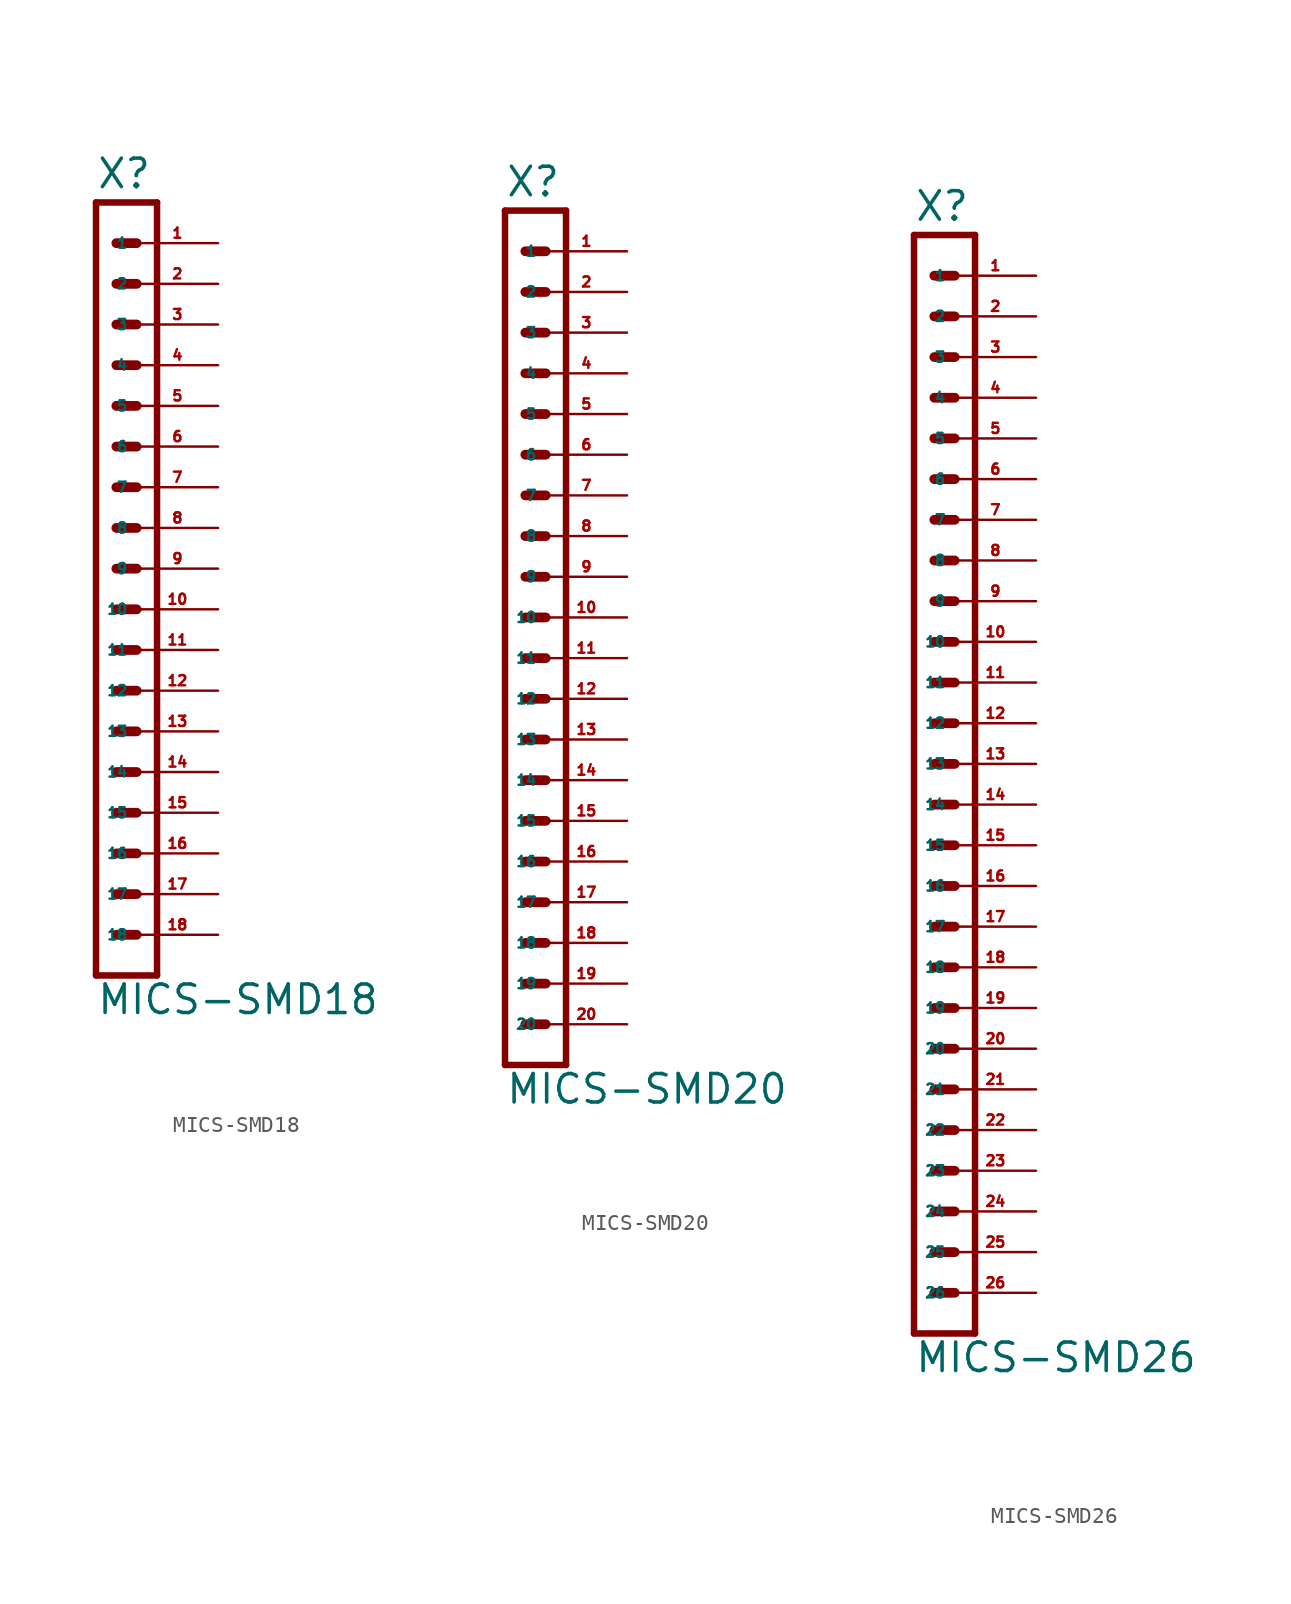
<source format=kicad_sym>
(kicad_symbol_lib
  (version 20220914)
  (generator Eagle2Kicad)
  (symbol "MICS-SMD18"
    (property "Reference" "X"
      (at -2.54 23.622 0)
      (effects (font (size 1.778 1.778) (thickness 0.22)) (justify left bottom)))
    (property "Value" "MICS-SMD18"
      (at -2.54 -27.94 0)
      (effects (font (size 1.778 1.778) (thickness 0.22)) (justify left bottom)))
    (polyline
      (pts (xy 1.27 -25.4) (xy -2.54 -25.4))
      (stroke (width 0.406) (type default))
      (fill (type none)))
    (polyline
      (pts (xy -1.27 17.78) (xy 0 17.78))
      (stroke (width 0.61) (type default))
      (fill (type none)))
    (polyline
      (pts (xy -1.27 15.24) (xy 0 15.24))
      (stroke (width 0.61) (type default))
      (fill (type none)))
    (polyline
      (pts (xy -1.27 12.7) (xy 0 12.7))
      (stroke (width 0.61) (type default))
      (fill (type none)))
    (polyline
      (pts (xy -2.54 22.86) (xy -2.54 -25.4))
      (stroke (width 0.406) (type default))
      (fill (type none)))
    (polyline
      (pts (xy 1.27 -25.4) (xy 1.27 22.86))
      (stroke (width 0.406) (type default))
      (fill (type none)))
    (polyline
      (pts (xy -2.54 22.86) (xy 1.27 22.86))
      (stroke (width 0.406) (type default))
      (fill (type none)))
    (polyline
      (pts (xy -1.27 20.32) (xy 0 20.32))
      (stroke (width 0.61) (type default))
      (fill (type none)))
    (polyline
      (pts (xy -1.27 10.16) (xy 0 10.16))
      (stroke (width 0.61) (type default))
      (fill (type none)))
    (polyline
      (pts (xy -1.27 7.62) (xy 0 7.62))
      (stroke (width 0.61) (type default))
      (fill (type none)))
    (polyline
      (pts (xy -1.27 5.08) (xy 0 5.08))
      (stroke (width 0.61) (type default))
      (fill (type none)))
    (polyline
      (pts (xy -1.27 2.54) (xy 0 2.54))
      (stroke (width 0.61) (type default))
      (fill (type none)))
    (polyline
      (pts (xy -1.27 0) (xy 0 0))
      (stroke (width 0.61) (type default))
      (fill (type none)))
    (polyline
      (pts (xy -1.27 -2.54) (xy 0 -2.54))
      (stroke (width 0.61) (type default))
      (fill (type none)))
    (polyline
      (pts (xy -1.27 -5.08) (xy 0 -5.08))
      (stroke (width 0.61) (type default))
      (fill (type none)))
    (polyline
      (pts (xy -1.27 -7.62) (xy 0 -7.62))
      (stroke (width 0.61) (type default))
      (fill (type none)))
    (polyline
      (pts (xy -1.27 -10.16) (xy 0 -10.16))
      (stroke (width 0.61) (type default))
      (fill (type none)))
    (polyline
      (pts (xy -1.27 -12.7) (xy 0 -12.7))
      (stroke (width 0.61) (type default))
      (fill (type none)))
    (polyline
      (pts (xy -1.27 -15.24) (xy 0 -15.24))
      (stroke (width 0.61) (type default))
      (fill (type none)))
    (polyline
      (pts (xy -1.27 -17.78) (xy 0 -17.78))
      (stroke (width 0.61) (type default))
      (fill (type none)))
    (polyline
      (pts (xy -1.27 -20.32) (xy 0 -20.32))
      (stroke (width 0.61) (type default))
      (fill (type none)))
    (polyline
      (pts (xy -1.27 -22.86) (xy 0 -22.86))
      (stroke (width 0.61) (type default))
      (fill (type none)))
    (pin passive line
      (at 5.08 20.32 180)
      (length 5.08)
      (name "1" (effects (font (size 0.635 0.635) (thickness 0.08)) (justify left bottom)))
      (number "1" (effects (font (size 0.635 0.635) (thickness 0.08)) (justify left bottom))))
    (pin passive line
      (at 5.08 17.78 180)
      (length 5.08)
      (name "2" (effects (font (size 0.635 0.635) (thickness 0.08)) (justify left bottom)))
      (number "2" (effects (font (size 0.635 0.635) (thickness 0.08)) (justify left bottom))))
    (pin passive line
      (at 5.08 15.24 180)
      (length 5.08)
      (name "3" (effects (font (size 0.635 0.635) (thickness 0.08)) (justify left bottom)))
      (number "3" (effects (font (size 0.635 0.635) (thickness 0.08)) (justify left bottom))))
    (pin passive line
      (at 5.08 12.7 180)
      (length 5.08)
      (name "4" (effects (font (size 0.635 0.635) (thickness 0.08)) (justify left bottom)))
      (number "4" (effects (font (size 0.635 0.635) (thickness 0.08)) (justify left bottom))))
    (pin passive line
      (at 5.08 10.16 180)
      (length 5.08)
      (name "5" (effects (font (size 0.635 0.635) (thickness 0.08)) (justify left bottom)))
      (number "5" (effects (font (size 0.635 0.635) (thickness 0.08)) (justify left bottom))))
    (pin passive line
      (at 5.08 7.62 180)
      (length 5.08)
      (name "6" (effects (font (size 0.635 0.635) (thickness 0.08)) (justify left bottom)))
      (number "6" (effects (font (size 0.635 0.635) (thickness 0.08)) (justify left bottom))))
    (pin passive line
      (at 5.08 5.08 180)
      (length 5.08)
      (name "7" (effects (font (size 0.635 0.635) (thickness 0.08)) (justify left bottom)))
      (number "7" (effects (font (size 0.635 0.635) (thickness 0.08)) (justify left bottom))))
    (pin passive line
      (at 5.08 2.54 180)
      (length 5.08)
      (name "8" (effects (font (size 0.635 0.635) (thickness 0.08)) (justify left bottom)))
      (number "8" (effects (font (size 0.635 0.635) (thickness 0.08)) (justify left bottom))))
    (pin passive line
      (at 5.08 0 180)
      (length 5.08)
      (name "9" (effects (font (size 0.635 0.635) (thickness 0.08)) (justify left bottom)))
      (number "9" (effects (font (size 0.635 0.635) (thickness 0.08)) (justify left bottom))))
    (pin passive line
      (at 5.08 -2.54 180)
      (length 5.08)
      (name "10" (effects (font (size 0.635 0.635) (thickness 0.08)) (justify left bottom)))
      (number "10" (effects (font (size 0.635 0.635) (thickness 0.08)) (justify left bottom))))
    (pin passive line
      (at 5.08 -5.08 180)
      (length 5.08)
      (name "11" (effects (font (size 0.635 0.635) (thickness 0.08)) (justify left bottom)))
      (number "11" (effects (font (size 0.635 0.635) (thickness 0.08)) (justify left bottom))))
    (pin passive line
      (at 5.08 -7.62 180)
      (length 5.08)
      (name "12" (effects (font (size 0.635 0.635) (thickness 0.08)) (justify left bottom)))
      (number "12" (effects (font (size 0.635 0.635) (thickness 0.08)) (justify left bottom))))
    (pin passive line
      (at 5.08 -10.16 180)
      (length 5.08)
      (name "13" (effects (font (size 0.635 0.635) (thickness 0.08)) (justify left bottom)))
      (number "13" (effects (font (size 0.635 0.635) (thickness 0.08)) (justify left bottom))))
    (pin passive line
      (at 5.08 -12.7 180)
      (length 5.08)
      (name "14" (effects (font (size 0.635 0.635) (thickness 0.08)) (justify left bottom)))
      (number "14" (effects (font (size 0.635 0.635) (thickness 0.08)) (justify left bottom))))
    (pin passive line
      (at 5.08 -15.24 180)
      (length 5.08)
      (name "15" (effects (font (size 0.635 0.635) (thickness 0.08)) (justify left bottom)))
      (number "15" (effects (font (size 0.635 0.635) (thickness 0.08)) (justify left bottom))))
    (pin passive line
      (at 5.08 -17.78 180)
      (length 5.08)
      (name "16" (effects (font (size 0.635 0.635) (thickness 0.08)) (justify left bottom)))
      (number "16" (effects (font (size 0.635 0.635) (thickness 0.08)) (justify left bottom))))
    (pin passive line
      (at 5.08 -20.32 180)
      (length 5.08)
      (name "17" (effects (font (size 0.635 0.635) (thickness 0.08)) (justify left bottom)))
      (number "17" (effects (font (size 0.635 0.635) (thickness 0.08)) (justify left bottom))))
    (pin passive line
      (at 5.08 -22.86 180)
      (length 5.08)
      (name "18" (effects (font (size 0.635 0.635) (thickness 0.08)) (justify left bottom)))
      (number "18" (effects (font (size 0.635 0.635) (thickness 0.08)) (justify left bottom)))))
  (symbol "MICS-SMD20"
    (property "Reference" "X"
      (at -2.54 26.162 0)
      (effects (font (size 1.778 1.778) (thickness 0.22)) (justify left bottom)))
    (property "Value" "MICS-SMD20"
      (at -2.54 -30.48 0)
      (effects (font (size 1.778 1.778) (thickness 0.22)) (justify left bottom)))
    (polyline
      (pts (xy 1.27 -27.94) (xy -2.54 -27.94))
      (stroke (width 0.406) (type default))
      (fill (type none)))
    (polyline
      (pts (xy -1.27 20.32) (xy 0 20.32))
      (stroke (width 0.61) (type default))
      (fill (type none)))
    (polyline
      (pts (xy -1.27 17.78) (xy 0 17.78))
      (stroke (width 0.61) (type default))
      (fill (type none)))
    (polyline
      (pts (xy -1.27 15.24) (xy 0 15.24))
      (stroke (width 0.61) (type default))
      (fill (type none)))
    (polyline
      (pts (xy -2.54 25.4) (xy -2.54 -27.94))
      (stroke (width 0.406) (type default))
      (fill (type none)))
    (polyline
      (pts (xy 1.27 -27.94) (xy 1.27 25.4))
      (stroke (width 0.406) (type default))
      (fill (type none)))
    (polyline
      (pts (xy -2.54 25.4) (xy 1.27 25.4))
      (stroke (width 0.406) (type default))
      (fill (type none)))
    (polyline
      (pts (xy -1.27 22.86) (xy 0 22.86))
      (stroke (width 0.61) (type default))
      (fill (type none)))
    (polyline
      (pts (xy -1.27 12.7) (xy 0 12.7))
      (stroke (width 0.61) (type default))
      (fill (type none)))
    (polyline
      (pts (xy -1.27 10.16) (xy 0 10.16))
      (stroke (width 0.61) (type default))
      (fill (type none)))
    (polyline
      (pts (xy -1.27 7.62) (xy 0 7.62))
      (stroke (width 0.61) (type default))
      (fill (type none)))
    (polyline
      (pts (xy -1.27 5.08) (xy 0 5.08))
      (stroke (width 0.61) (type default))
      (fill (type none)))
    (polyline
      (pts (xy -1.27 2.54) (xy 0 2.54))
      (stroke (width 0.61) (type default))
      (fill (type none)))
    (polyline
      (pts (xy -1.27 0) (xy 0 0))
      (stroke (width 0.61) (type default))
      (fill (type none)))
    (polyline
      (pts (xy -1.27 -2.54) (xy 0 -2.54))
      (stroke (width 0.61) (type default))
      (fill (type none)))
    (polyline
      (pts (xy -1.27 -5.08) (xy 0 -5.08))
      (stroke (width 0.61) (type default))
      (fill (type none)))
    (polyline
      (pts (xy -1.27 -7.62) (xy 0 -7.62))
      (stroke (width 0.61) (type default))
      (fill (type none)))
    (polyline
      (pts (xy -1.27 -10.16) (xy 0 -10.16))
      (stroke (width 0.61) (type default))
      (fill (type none)))
    (polyline
      (pts (xy -1.27 -12.7) (xy 0 -12.7))
      (stroke (width 0.61) (type default))
      (fill (type none)))
    (polyline
      (pts (xy -1.27 -15.24) (xy 0 -15.24))
      (stroke (width 0.61) (type default))
      (fill (type none)))
    (polyline
      (pts (xy -1.27 -17.78) (xy 0 -17.78))
      (stroke (width 0.61) (type default))
      (fill (type none)))
    (polyline
      (pts (xy -1.27 -20.32) (xy 0 -20.32))
      (stroke (width 0.61) (type default))
      (fill (type none)))
    (polyline
      (pts (xy -1.27 -22.86) (xy 0 -22.86))
      (stroke (width 0.61) (type default))
      (fill (type none)))
    (polyline
      (pts (xy -1.27 -25.4) (xy 0 -25.4))
      (stroke (width 0.61) (type default))
      (fill (type none)))
    (pin passive line
      (at 5.08 22.86 180)
      (length 5.08)
      (name "1" (effects (font (size 0.635 0.635) (thickness 0.08)) (justify left bottom)))
      (number "1" (effects (font (size 0.635 0.635) (thickness 0.08)) (justify left bottom))))
    (pin passive line
      (at 5.08 20.32 180)
      (length 5.08)
      (name "2" (effects (font (size 0.635 0.635) (thickness 0.08)) (justify left bottom)))
      (number "2" (effects (font (size 0.635 0.635) (thickness 0.08)) (justify left bottom))))
    (pin passive line
      (at 5.08 17.78 180)
      (length 5.08)
      (name "3" (effects (font (size 0.635 0.635) (thickness 0.08)) (justify left bottom)))
      (number "3" (effects (font (size 0.635 0.635) (thickness 0.08)) (justify left bottom))))
    (pin passive line
      (at 5.08 15.24 180)
      (length 5.08)
      (name "4" (effects (font (size 0.635 0.635) (thickness 0.08)) (justify left bottom)))
      (number "4" (effects (font (size 0.635 0.635) (thickness 0.08)) (justify left bottom))))
    (pin passive line
      (at 5.08 12.7 180)
      (length 5.08)
      (name "5" (effects (font (size 0.635 0.635) (thickness 0.08)) (justify left bottom)))
      (number "5" (effects (font (size 0.635 0.635) (thickness 0.08)) (justify left bottom))))
    (pin passive line
      (at 5.08 10.16 180)
      (length 5.08)
      (name "6" (effects (font (size 0.635 0.635) (thickness 0.08)) (justify left bottom)))
      (number "6" (effects (font (size 0.635 0.635) (thickness 0.08)) (justify left bottom))))
    (pin passive line
      (at 5.08 7.62 180)
      (length 5.08)
      (name "7" (effects (font (size 0.635 0.635) (thickness 0.08)) (justify left bottom)))
      (number "7" (effects (font (size 0.635 0.635) (thickness 0.08)) (justify left bottom))))
    (pin passive line
      (at 5.08 5.08 180)
      (length 5.08)
      (name "8" (effects (font (size 0.635 0.635) (thickness 0.08)) (justify left bottom)))
      (number "8" (effects (font (size 0.635 0.635) (thickness 0.08)) (justify left bottom))))
    (pin passive line
      (at 5.08 2.54 180)
      (length 5.08)
      (name "9" (effects (font (size 0.635 0.635) (thickness 0.08)) (justify left bottom)))
      (number "9" (effects (font (size 0.635 0.635) (thickness 0.08)) (justify left bottom))))
    (pin passive line
      (at 5.08 0 180)
      (length 5.08)
      (name "10" (effects (font (size 0.635 0.635) (thickness 0.08)) (justify left bottom)))
      (number "10" (effects (font (size 0.635 0.635) (thickness 0.08)) (justify left bottom))))
    (pin passive line
      (at 5.08 -2.54 180)
      (length 5.08)
      (name "11" (effects (font (size 0.635 0.635) (thickness 0.08)) (justify left bottom)))
      (number "11" (effects (font (size 0.635 0.635) (thickness 0.08)) (justify left bottom))))
    (pin passive line
      (at 5.08 -5.08 180)
      (length 5.08)
      (name "12" (effects (font (size 0.635 0.635) (thickness 0.08)) (justify left bottom)))
      (number "12" (effects (font (size 0.635 0.635) (thickness 0.08)) (justify left bottom))))
    (pin passive line
      (at 5.08 -7.62 180)
      (length 5.08)
      (name "13" (effects (font (size 0.635 0.635) (thickness 0.08)) (justify left bottom)))
      (number "13" (effects (font (size 0.635 0.635) (thickness 0.08)) (justify left bottom))))
    (pin passive line
      (at 5.08 -10.16 180)
      (length 5.08)
      (name "14" (effects (font (size 0.635 0.635) (thickness 0.08)) (justify left bottom)))
      (number "14" (effects (font (size 0.635 0.635) (thickness 0.08)) (justify left bottom))))
    (pin passive line
      (at 5.08 -12.7 180)
      (length 5.08)
      (name "15" (effects (font (size 0.635 0.635) (thickness 0.08)) (justify left bottom)))
      (number "15" (effects (font (size 0.635 0.635) (thickness 0.08)) (justify left bottom))))
    (pin passive line
      (at 5.08 -15.24 180)
      (length 5.08)
      (name "16" (effects (font (size 0.635 0.635) (thickness 0.08)) (justify left bottom)))
      (number "16" (effects (font (size 0.635 0.635) (thickness 0.08)) (justify left bottom))))
    (pin passive line
      (at 5.08 -17.78 180)
      (length 5.08)
      (name "17" (effects (font (size 0.635 0.635) (thickness 0.08)) (justify left bottom)))
      (number "17" (effects (font (size 0.635 0.635) (thickness 0.08)) (justify left bottom))))
    (pin passive line
      (at 5.08 -20.32 180)
      (length 5.08)
      (name "18" (effects (font (size 0.635 0.635) (thickness 0.08)) (justify left bottom)))
      (number "18" (effects (font (size 0.635 0.635) (thickness 0.08)) (justify left bottom))))
    (pin passive line
      (at 5.08 -22.86 180)
      (length 5.08)
      (name "19" (effects (font (size 0.635 0.635) (thickness 0.08)) (justify left bottom)))
      (number "19" (effects (font (size 0.635 0.635) (thickness 0.08)) (justify left bottom))))
    (pin passive line
      (at 5.08 -25.4 180)
      (length 5.08)
      (name "20" (effects (font (size 0.635 0.635) (thickness 0.08)) (justify left bottom)))
      (number "20" (effects (font (size 0.635 0.635) (thickness 0.08)) (justify left bottom)))))
  (symbol "MICS-SMD26"
    (property "Reference" "X"
      (at -2.54 33.782 0)
      (effects (font (size 1.778 1.778) (thickness 0.22)) (justify left bottom)))
    (property "Value" "MICS-SMD26"
      (at -2.54 -38.1 0)
      (effects (font (size 1.778 1.778) (thickness 0.22)) (justify left bottom)))
    (polyline
      (pts (xy 1.27 -35.56) (xy -2.54 -35.56))
      (stroke (width 0.406) (type default))
      (fill (type none)))
    (polyline
      (pts (xy -1.27 27.94) (xy 0 27.94))
      (stroke (width 0.61) (type default))
      (fill (type none)))
    (polyline
      (pts (xy -1.27 25.4) (xy 0 25.4))
      (stroke (width 0.61) (type default))
      (fill (type none)))
    (polyline
      (pts (xy -1.27 22.86) (xy 0 22.86))
      (stroke (width 0.61) (type default))
      (fill (type none)))
    (polyline
      (pts (xy -2.54 33.02) (xy -2.54 -35.56))
      (stroke (width 0.406) (type default))
      (fill (type none)))
    (polyline
      (pts (xy 1.27 -35.56) (xy 1.27 33.02))
      (stroke (width 0.406) (type default))
      (fill (type none)))
    (polyline
      (pts (xy -2.54 33.02) (xy 1.27 33.02))
      (stroke (width 0.406) (type default))
      (fill (type none)))
    (polyline
      (pts (xy -1.27 30.48) (xy 0 30.48))
      (stroke (width 0.61) (type default))
      (fill (type none)))
    (polyline
      (pts (xy -1.27 20.32) (xy 0 20.32))
      (stroke (width 0.61) (type default))
      (fill (type none)))
    (polyline
      (pts (xy -1.27 17.78) (xy 0 17.78))
      (stroke (width 0.61) (type default))
      (fill (type none)))
    (polyline
      (pts (xy -1.27 15.24) (xy 0 15.24))
      (stroke (width 0.61) (type default))
      (fill (type none)))
    (polyline
      (pts (xy -1.27 12.7) (xy 0 12.7))
      (stroke (width 0.61) (type default))
      (fill (type none)))
    (polyline
      (pts (xy -1.27 10.16) (xy 0 10.16))
      (stroke (width 0.61) (type default))
      (fill (type none)))
    (polyline
      (pts (xy -1.27 7.62) (xy 0 7.62))
      (stroke (width 0.61) (type default))
      (fill (type none)))
    (polyline
      (pts (xy -1.27 5.08) (xy 0 5.08))
      (stroke (width 0.61) (type default))
      (fill (type none)))
    (polyline
      (pts (xy -1.27 2.54) (xy 0 2.54))
      (stroke (width 0.61) (type default))
      (fill (type none)))
    (polyline
      (pts (xy -1.27 0) (xy 0 0))
      (stroke (width 0.61) (type default))
      (fill (type none)))
    (polyline
      (pts (xy -1.27 -2.54) (xy 0 -2.54))
      (stroke (width 0.61) (type default))
      (fill (type none)))
    (polyline
      (pts (xy -1.27 -5.08) (xy 0 -5.08))
      (stroke (width 0.61) (type default))
      (fill (type none)))
    (polyline
      (pts (xy -1.27 -7.62) (xy 0 -7.62))
      (stroke (width 0.61) (type default))
      (fill (type none)))
    (polyline
      (pts (xy -1.27 -10.16) (xy 0 -10.16))
      (stroke (width 0.61) (type default))
      (fill (type none)))
    (polyline
      (pts (xy -1.27 -12.7) (xy 0 -12.7))
      (stroke (width 0.61) (type default))
      (fill (type none)))
    (polyline
      (pts (xy -1.27 -15.24) (xy 0 -15.24))
      (stroke (width 0.61) (type default))
      (fill (type none)))
    (polyline
      (pts (xy -1.27 -17.78) (xy 0 -17.78))
      (stroke (width 0.61) (type default))
      (fill (type none)))
    (polyline
      (pts (xy -1.27 -20.32) (xy 0 -20.32))
      (stroke (width 0.61) (type default))
      (fill (type none)))
    (polyline
      (pts (xy -1.27 -22.86) (xy 0 -22.86))
      (stroke (width 0.61) (type default))
      (fill (type none)))
    (polyline
      (pts (xy -1.27 -25.4) (xy 0 -25.4))
      (stroke (width 0.61) (type default))
      (fill (type none)))
    (polyline
      (pts (xy -1.27 -27.94) (xy 0 -27.94))
      (stroke (width 0.61) (type default))
      (fill (type none)))
    (polyline
      (pts (xy -1.27 -30.48) (xy 0 -30.48))
      (stroke (width 0.61) (type default))
      (fill (type none)))
    (polyline
      (pts (xy -1.27 -33.02) (xy 0 -33.02))
      (stroke (width 0.61) (type default))
      (fill (type none)))
    (pin passive line
      (at 5.08 30.48 180)
      (length 5.08)
      (name "1" (effects (font (size 0.635 0.635) (thickness 0.08)) (justify left bottom)))
      (number "1" (effects (font (size 0.635 0.635) (thickness 0.08)) (justify left bottom))))
    (pin passive line
      (at 5.08 27.94 180)
      (length 5.08)
      (name "2" (effects (font (size 0.635 0.635) (thickness 0.08)) (justify left bottom)))
      (number "2" (effects (font (size 0.635 0.635) (thickness 0.08)) (justify left bottom))))
    (pin passive line
      (at 5.08 25.4 180)
      (length 5.08)
      (name "3" (effects (font (size 0.635 0.635) (thickness 0.08)) (justify left bottom)))
      (number "3" (effects (font (size 0.635 0.635) (thickness 0.08)) (justify left bottom))))
    (pin passive line
      (at 5.08 22.86 180)
      (length 5.08)
      (name "4" (effects (font (size 0.635 0.635) (thickness 0.08)) (justify left bottom)))
      (number "4" (effects (font (size 0.635 0.635) (thickness 0.08)) (justify left bottom))))
    (pin passive line
      (at 5.08 20.32 180)
      (length 5.08)
      (name "5" (effects (font (size 0.635 0.635) (thickness 0.08)) (justify left bottom)))
      (number "5" (effects (font (size 0.635 0.635) (thickness 0.08)) (justify left bottom))))
    (pin passive line
      (at 5.08 17.78 180)
      (length 5.08)
      (name "6" (effects (font (size 0.635 0.635) (thickness 0.08)) (justify left bottom)))
      (number "6" (effects (font (size 0.635 0.635) (thickness 0.08)) (justify left bottom))))
    (pin passive line
      (at 5.08 15.24 180)
      (length 5.08)
      (name "7" (effects (font (size 0.635 0.635) (thickness 0.08)) (justify left bottom)))
      (number "7" (effects (font (size 0.635 0.635) (thickness 0.08)) (justify left bottom))))
    (pin passive line
      (at 5.08 12.7 180)
      (length 5.08)
      (name "8" (effects (font (size 0.635 0.635) (thickness 0.08)) (justify left bottom)))
      (number "8" (effects (font (size 0.635 0.635) (thickness 0.08)) (justify left bottom))))
    (pin passive line
      (at 5.08 10.16 180)
      (length 5.08)
      (name "9" (effects (font (size 0.635 0.635) (thickness 0.08)) (justify left bottom)))
      (number "9" (effects (font (size 0.635 0.635) (thickness 0.08)) (justify left bottom))))
    (pin passive line
      (at 5.08 7.62 180)
      (length 5.08)
      (name "10" (effects (font (size 0.635 0.635) (thickness 0.08)) (justify left bottom)))
      (number "10" (effects (font (size 0.635 0.635) (thickness 0.08)) (justify left bottom))))
    (pin passive line
      (at 5.08 5.08 180)
      (length 5.08)
      (name "11" (effects (font (size 0.635 0.635) (thickness 0.08)) (justify left bottom)))
      (number "11" (effects (font (size 0.635 0.635) (thickness 0.08)) (justify left bottom))))
    (pin passive line
      (at 5.08 2.54 180)
      (length 5.08)
      (name "12" (effects (font (size 0.635 0.635) (thickness 0.08)) (justify left bottom)))
      (number "12" (effects (font (size 0.635 0.635) (thickness 0.08)) (justify left bottom))))
    (pin passive line
      (at 5.08 0 180)
      (length 5.08)
      (name "13" (effects (font (size 0.635 0.635) (thickness 0.08)) (justify left bottom)))
      (number "13" (effects (font (size 0.635 0.635) (thickness 0.08)) (justify left bottom))))
    (pin passive line
      (at 5.08 -2.54 180)
      (length 5.08)
      (name "14" (effects (font (size 0.635 0.635) (thickness 0.08)) (justify left bottom)))
      (number "14" (effects (font (size 0.635 0.635) (thickness 0.08)) (justify left bottom))))
    (pin passive line
      (at 5.08 -5.08 180)
      (length 5.08)
      (name "15" (effects (font (size 0.635 0.635) (thickness 0.08)) (justify left bottom)))
      (number "15" (effects (font (size 0.635 0.635) (thickness 0.08)) (justify left bottom))))
    (pin passive line
      (at 5.08 -7.62 180)
      (length 5.08)
      (name "16" (effects (font (size 0.635 0.635) (thickness 0.08)) (justify left bottom)))
      (number "16" (effects (font (size 0.635 0.635) (thickness 0.08)) (justify left bottom))))
    (pin passive line
      (at 5.08 -10.16 180)
      (length 5.08)
      (name "17" (effects (font (size 0.635 0.635) (thickness 0.08)) (justify left bottom)))
      (number "17" (effects (font (size 0.635 0.635) (thickness 0.08)) (justify left bottom))))
    (pin passive line
      (at 5.08 -12.7 180)
      (length 5.08)
      (name "18" (effects (font (size 0.635 0.635) (thickness 0.08)) (justify left bottom)))
      (number "18" (effects (font (size 0.635 0.635) (thickness 0.08)) (justify left bottom))))
    (pin passive line
      (at 5.08 -15.24 180)
      (length 5.08)
      (name "19" (effects (font (size 0.635 0.635) (thickness 0.08)) (justify left bottom)))
      (number "19" (effects (font (size 0.635 0.635) (thickness 0.08)) (justify left bottom))))
    (pin passive line
      (at 5.08 -17.78 180)
      (length 5.08)
      (name "20" (effects (font (size 0.635 0.635) (thickness 0.08)) (justify left bottom)))
      (number "20" (effects (font (size 0.635 0.635) (thickness 0.08)) (justify left bottom))))
    (pin passive line
      (at 5.08 -20.32 180)
      (length 5.08)
      (name "21" (effects (font (size 0.635 0.635) (thickness 0.08)) (justify left bottom)))
      (number "21" (effects (font (size 0.635 0.635) (thickness 0.08)) (justify left bottom))))
    (pin passive line
      (at 5.08 -22.86 180)
      (length 5.08)
      (name "22" (effects (font (size 0.635 0.635) (thickness 0.08)) (justify left bottom)))
      (number "22" (effects (font (size 0.635 0.635) (thickness 0.08)) (justify left bottom))))
    (pin passive line
      (at 5.08 -25.4 180)
      (length 5.08)
      (name "23" (effects (font (size 0.635 0.635) (thickness 0.08)) (justify left bottom)))
      (number "23" (effects (font (size 0.635 0.635) (thickness 0.08)) (justify left bottom))))
    (pin passive line
      (at 5.08 -27.94 180)
      (length 5.08)
      (name "24" (effects (font (size 0.635 0.635) (thickness 0.08)) (justify left bottom)))
      (number "24" (effects (font (size 0.635 0.635) (thickness 0.08)) (justify left bottom))))
    (pin passive line
      (at 5.08 -30.48 180)
      (length 5.08)
      (name "25" (effects (font (size 0.635 0.635) (thickness 0.08)) (justify left bottom)))
      (number "25" (effects (font (size 0.635 0.635) (thickness 0.08)) (justify left bottom))))
    (pin passive line
      (at 5.08 -33.02 180)
      (length 5.08)
      (name "26" (effects (font (size 0.635 0.635) (thickness 0.08)) (justify left bottom)))
      (number "26" (effects (font (size 0.635 0.635) (thickness 0.08)) (justify left bottom))))))
</source>
